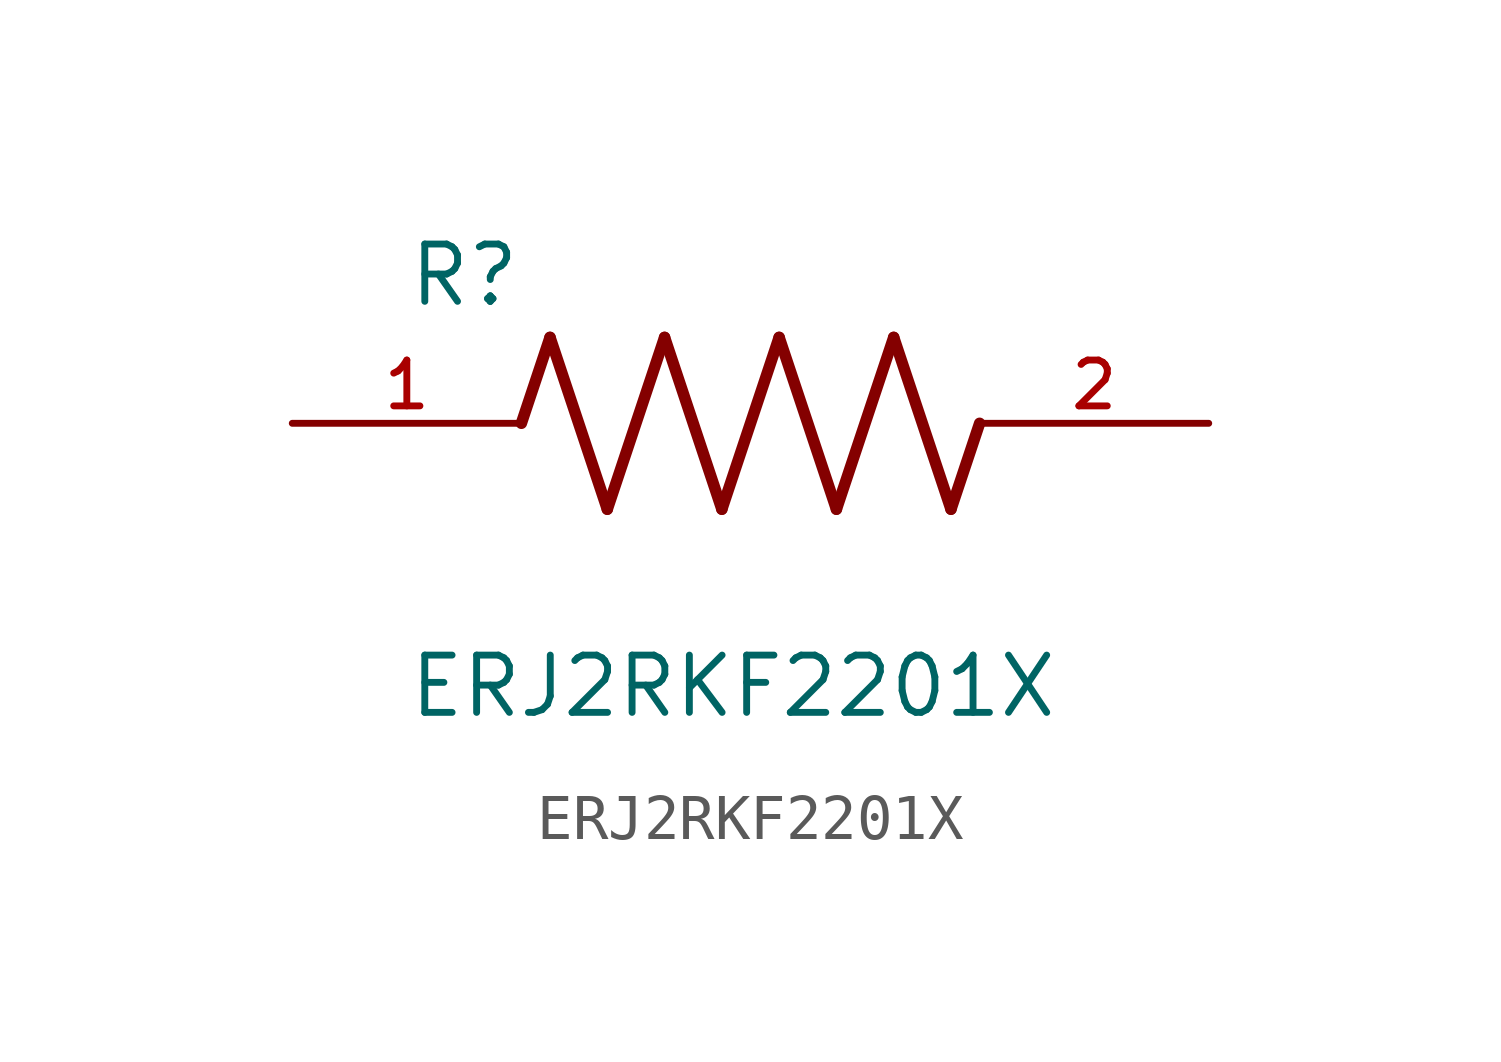
<source format=kicad_sym>
(kicad_symbol_lib
  (version 20211014)
  (generator kicad_symbol_editor)
  (symbol "ERJ2RKF2201X"
    (pin_names
      (offset 1.016))
    (property "Reference" "R"
      (at -7.624 2.541 0)
      (effects (font (size 1.27 1.27)) (justify bottom left)))
    (property "Value" "ERJ2RKF2201X"
      (at -7.624 -5.087 0)
      (effects (font (size 1.27 1.27)) (justify top left)))
    (symbol "ERJ2RKF2201X_0_0"
      (polyline (pts (xy -5.08 0.0) (xy -4.445 1.905)) (stroke (width 0.254)))
      (polyline (pts (xy -4.445 1.905) (xy -3.175 -1.905)) (stroke (width 0.254)))
      (polyline (pts (xy -3.175 -1.905) (xy -1.905 1.905)) (stroke (width 0.254)))
      (polyline (pts (xy -1.905 1.905) (xy -0.635 -1.905)) (stroke (width 0.254)))
      (polyline (pts (xy -0.635 -1.905) (xy 0.635 1.905)) (stroke (width 0.254)))
      (polyline (pts (xy 0.635 1.905) (xy 1.905 -1.905)) (stroke (width 0.254)))
      (polyline (pts (xy 1.905 -1.905) (xy 3.175 1.905)) (stroke (width 0.254)))
      (polyline (pts (xy 3.175 1.905) (xy 4.445 -1.905)) (stroke (width 0.254)))
      (polyline (pts (xy 4.445 -1.905) (xy 5.08 0.0)) (stroke (width 0.254)))
      (pin passive line (at -10.16 0.0 0) (length 5.08) (name "~" (effects (font (size 1.016 1.016)))) (number "1" (effects (font (size 1.016 1.016)))))
      (pin passive line (at 10.16 0.0 180.0) (length 5.08) (name "~" (effects (font (size 1.016 1.016)))) (number "2" (effects (font (size 1.016 1.016))))))))
</source>
